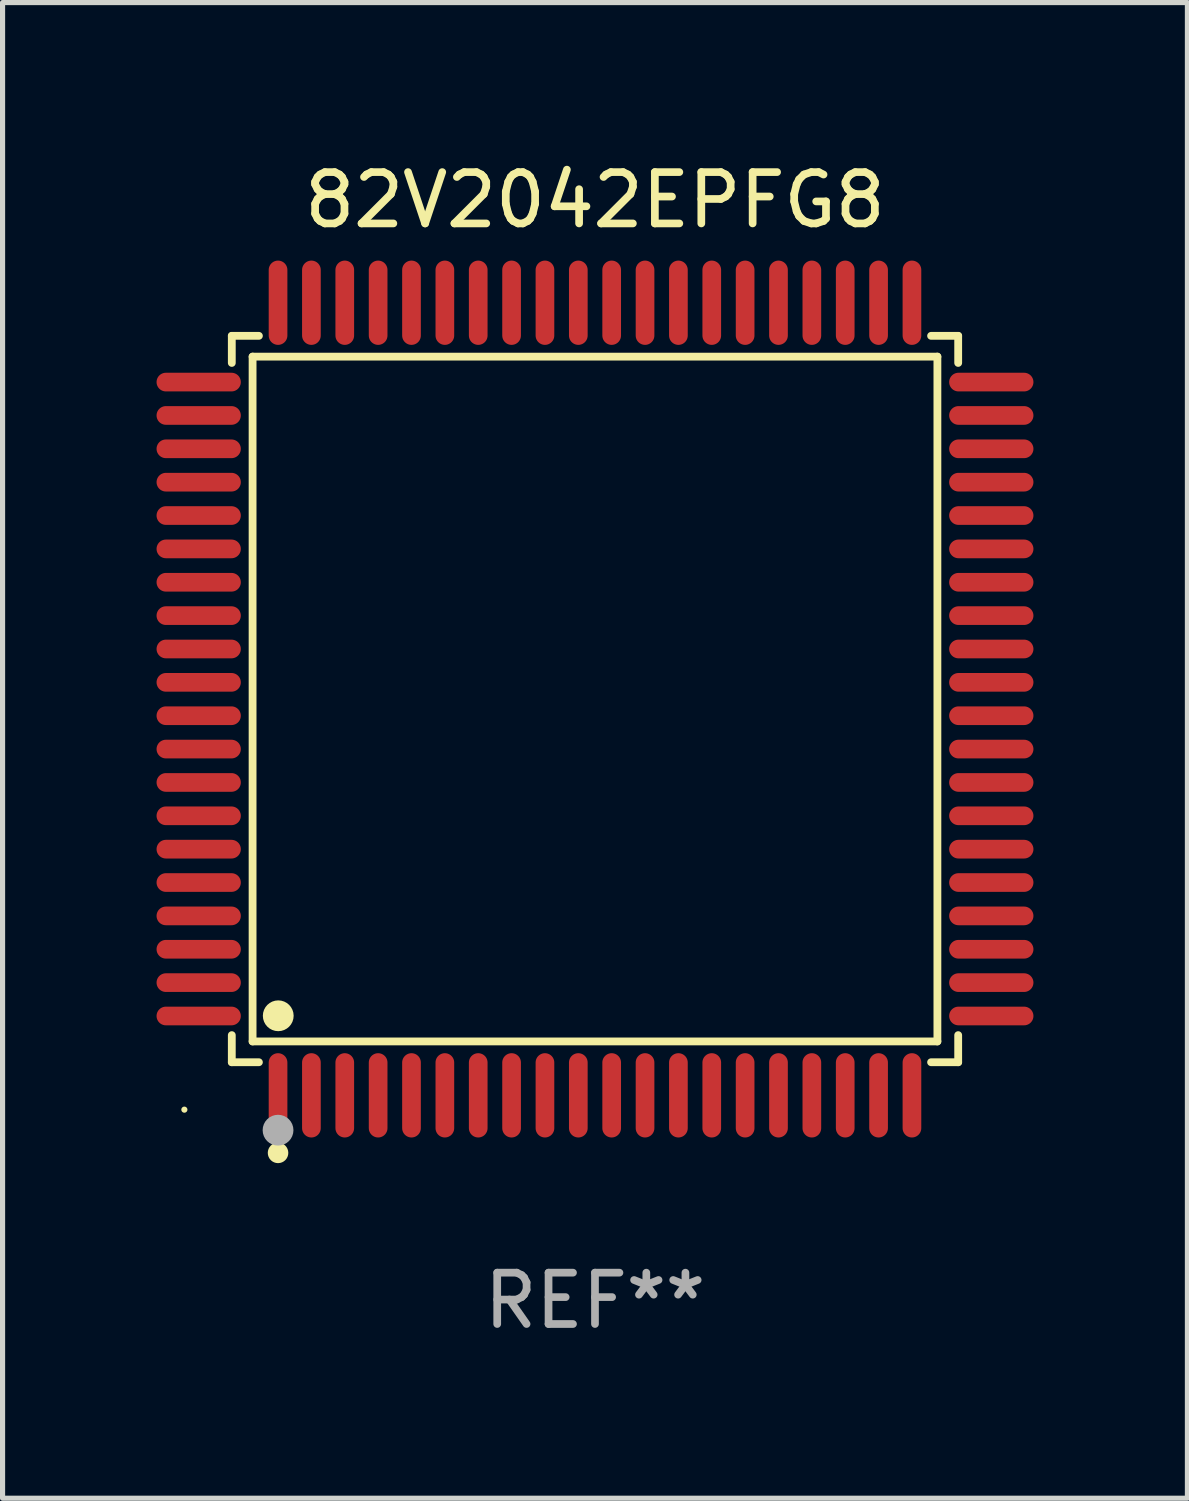
<source format=kicad_pcb>
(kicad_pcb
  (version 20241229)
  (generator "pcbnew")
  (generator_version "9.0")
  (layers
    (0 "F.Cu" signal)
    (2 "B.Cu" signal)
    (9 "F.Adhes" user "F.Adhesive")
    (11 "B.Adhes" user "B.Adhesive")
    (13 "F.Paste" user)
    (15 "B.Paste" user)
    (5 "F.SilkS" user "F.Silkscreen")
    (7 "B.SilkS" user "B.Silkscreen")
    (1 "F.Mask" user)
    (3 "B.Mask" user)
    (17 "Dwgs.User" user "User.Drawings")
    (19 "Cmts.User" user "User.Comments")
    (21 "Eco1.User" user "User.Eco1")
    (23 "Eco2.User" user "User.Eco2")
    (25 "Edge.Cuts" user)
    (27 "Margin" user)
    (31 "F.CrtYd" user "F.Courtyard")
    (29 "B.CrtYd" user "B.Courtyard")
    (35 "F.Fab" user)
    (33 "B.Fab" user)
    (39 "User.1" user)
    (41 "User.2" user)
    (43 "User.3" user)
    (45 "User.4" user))
  (footprint "82V2042EPFG8"
    (layer "F.Cu")
    (at 8.542 10.569)
    (property "Reference" "82V2042EPFG8" (at 0 -9.721 0) (layer "F.SilkS") (effects (font (size 1 1) (thickness 0.15))))
    (attr through_hole)
    (fp_line (start -7.076 -7.076) (end -6.548 -7.076) (stroke (width 0.152) (type solid)) (layer "F.SilkS"))
    (fp_line (start -7.076 -6.548) (end -7.076 -7.076) (stroke (width 0.152) (type solid)) (layer "F.SilkS"))
    (fp_line (start -7.076 6.548) (end -7.076 7.076) (stroke (width 0.152) (type solid)) (layer "F.SilkS"))
    (fp_line (start -7.076 7.076) (end -6.548 7.076) (stroke (width 0.152) (type solid)) (layer "F.SilkS"))
    (fp_line (start -6.671 -6.671) (end 6.671 -6.671) (stroke (width 0.152) (type solid)) (layer "F.SilkS"))
    (fp_line (start -6.671 6.671) (end -6.671 -6.671) (stroke (width 0.152) (type solid)) (layer "F.SilkS"))
    (fp_line (start 6.671 -6.671) (end 6.671 6.671) (stroke (width 0.152) (type solid)) (layer "F.SilkS"))
    (fp_line (start 6.671 6.671) (end -6.671 6.671) (stroke (width 0.152) (type solid)) (layer "F.SilkS"))
    (fp_line (start 7.076 -7.076) (end 6.548 -7.076) (stroke (width 0.152) (type solid)) (layer "F.SilkS"))
    (fp_line (start 7.076 -6.548) (end 7.076 -7.076) (stroke (width 0.152) (type solid)) (layer "F.SilkS"))
    (fp_line (start 7.076 6.548) (end 7.076 7.076) (stroke (width 0.152) (type solid)) (layer "F.SilkS"))
    (fp_line (start 7.076 7.076) (end 6.548 7.076) (stroke (width 0.152) (type solid)) (layer "F.SilkS"))
    (fp_circle (center -8 8) (end -7.97 8) (stroke (width 0.06) (type solid)) (fill no) (layer "F.SilkS"))
    (fp_circle (center -6.175 8.842) (end -6.075 8.842) (stroke (width 0.2) (type solid)) (fill no) (layer "F.SilkS"))
    (fp_circle (center -6.171 6.171) (end -6.021 6.171) (stroke (width 0.3) (type solid)) (fill no) (layer "F.SilkS"))
    (fp_circle (center -6.175 8.4) (end -6.025 8.4) (stroke (width 0.3) (type solid)) (fill no) (layer "F.Fab"))
    (fp_text user "REF**" (at 0 11.721 0) (layer "F.Fab") (effects (font (size 1 1) (thickness 0.15))))
    (pad "1" smd oval (at -6.175 7.721) (size 0.364 1.642) (layers "F.Cu" "F.Mask" "F.Paste"))
    (pad "2" smd oval (at -5.525 7.721) (size 0.364 1.642) (layers "F.Cu" "F.Mask" "F.Paste"))
    (pad "3" smd oval (at -4.875 7.721) (size 0.364 1.642) (layers "F.Cu" "F.Mask" "F.Paste"))
    (pad "4" smd oval (at -4.225 7.721) (size 0.364 1.642) (layers "F.Cu" "F.Mask" "F.Paste"))
    (pad "5" smd oval (at -3.575 7.721) (size 0.364 1.642) (layers "F.Cu" "F.Mask" "F.Paste"))
    (pad "6" smd oval (at -2.925 7.721) (size 0.364 1.642) (layers "F.Cu" "F.Mask" "F.Paste"))
    (pad "7" smd oval (at -2.275 7.721) (size 0.364 1.642) (layers "F.Cu" "F.Mask" "F.Paste"))
    (pad "8" smd oval (at -1.625 7.721) (size 0.364 1.642) (layers "F.Cu" "F.Mask" "F.Paste"))
    (pad "9" smd oval (at -0.975 7.721) (size 0.364 1.642) (layers "F.Cu" "F.Mask" "F.Paste"))
    (pad "10" smd oval (at -0.325 7.721) (size 0.364 1.642) (layers "F.Cu" "F.Mask" "F.Paste"))
    (pad "11" smd oval (at 0.325 7.721) (size 0.364 1.642) (layers "F.Cu" "F.Mask" "F.Paste"))
    (pad "12" smd oval (at 0.975 7.721) (size 0.364 1.642) (layers "F.Cu" "F.Mask" "F.Paste"))
    (pad "13" smd oval (at 1.625 7.721) (size 0.364 1.642) (layers "F.Cu" "F.Mask" "F.Paste"))
    (pad "14" smd oval (at 2.275 7.721) (size 0.364 1.642) (layers "F.Cu" "F.Mask" "F.Paste"))
    (pad "15" smd oval (at 2.925 7.721) (size 0.364 1.642) (layers "F.Cu" "F.Mask" "F.Paste"))
    (pad "16" smd oval (at 3.575 7.721) (size 0.364 1.642) (layers "F.Cu" "F.Mask" "F.Paste"))
    (pad "17" smd oval (at 4.225 7.721) (size 0.364 1.642) (layers "F.Cu" "F.Mask" "F.Paste"))
    (pad "18" smd oval (at 4.875 7.721) (size 0.364 1.642) (layers "F.Cu" "F.Mask" "F.Paste"))
    (pad "19" smd oval (at 5.525 7.721) (size 0.364 1.642) (layers "F.Cu" "F.Mask" "F.Paste"))
    (pad "20" smd oval (at 6.175 7.721) (size 0.364 1.642) (layers "F.Cu" "F.Mask" "F.Paste"))
    (pad "21" smd oval (at 7.721 6.175) (size 1.642 0.364) (layers "F.Cu" "F.Mask" "F.Paste"))
    (pad "22" smd oval (at 7.721 5.525) (size 1.642 0.364) (layers "F.Cu" "F.Mask" "F.Paste"))
    (pad "23" smd oval (at 7.721 4.875) (size 1.642 0.364) (layers "F.Cu" "F.Mask" "F.Paste"))
    (pad "24" smd oval (at 7.721 4.225) (size 1.642 0.364) (layers "F.Cu" "F.Mask" "F.Paste"))
    (pad "25" smd oval (at 7.721 3.575) (size 1.642 0.364) (layers "F.Cu" "F.Mask" "F.Paste"))
    (pad "26" smd oval (at 7.721 2.925) (size 1.642 0.364) (layers "F.Cu" "F.Mask" "F.Paste"))
    (pad "27" smd oval (at 7.721 2.275) (size 1.642 0.364) (layers "F.Cu" "F.Mask" "F.Paste"))
    (pad "28" smd oval (at 7.721 1.625) (size 1.642 0.364) (layers "F.Cu" "F.Mask" "F.Paste"))
    (pad "29" smd oval (at 7.721 0.975) (size 1.642 0.364) (layers "F.Cu" "F.Mask" "F.Paste"))
    (pad "30" smd oval (at 7.721 0.325) (size 1.642 0.364) (layers "F.Cu" "F.Mask" "F.Paste"))
    (pad "31" smd oval (at 7.721 -0.325) (size 1.642 0.364) (layers "F.Cu" "F.Mask" "F.Paste"))
    (pad "32" smd oval (at 7.721 -0.975) (size 1.642 0.364) (layers "F.Cu" "F.Mask" "F.Paste"))
    (pad "33" smd oval (at 7.721 -1.625) (size 1.642 0.364) (layers "F.Cu" "F.Mask" "F.Paste"))
    (pad "34" smd oval (at 7.721 -2.275) (size 1.642 0.364) (layers "F.Cu" "F.Mask" "F.Paste"))
    (pad "35" smd oval (at 7.721 -2.925) (size 1.642 0.364) (layers "F.Cu" "F.Mask" "F.Paste"))
    (pad "36" smd oval (at 7.721 -3.575) (size 1.642 0.364) (layers "F.Cu" "F.Mask" "F.Paste"))
    (pad "37" smd oval (at 7.721 -4.225) (size 1.642 0.364) (layers "F.Cu" "F.Mask" "F.Paste"))
    (pad "38" smd oval (at 7.721 -4.875) (size 1.642 0.364) (layers "F.Cu" "F.Mask" "F.Paste"))
    (pad "39" smd oval (at 7.721 -5.525) (size 1.642 0.364) (layers "F.Cu" "F.Mask" "F.Paste"))
    (pad "40" smd oval (at 7.721 -6.175) (size 1.642 0.364) (layers "F.Cu" "F.Mask" "F.Paste"))
    (pad "41" smd oval (at 6.175 -7.721) (size 0.364 1.642) (layers "F.Cu" "F.Mask" "F.Paste"))
    (pad "42" smd oval (at 5.525 -7.721) (size 0.364 1.642) (layers "F.Cu" "F.Mask" "F.Paste"))
    (pad "43" smd oval (at 4.875 -7.721) (size 0.364 1.642) (layers "F.Cu" "F.Mask" "F.Paste"))
    (pad "44" smd oval (at 4.225 -7.721) (size 0.364 1.642) (layers "F.Cu" "F.Mask" "F.Paste"))
    (pad "45" smd oval (at 3.575 -7.721) (size 0.364 1.642) (layers "F.Cu" "F.Mask" "F.Paste"))
    (pad "46" smd oval (at 2.925 -7.721) (size 0.364 1.642) (layers "F.Cu" "F.Mask" "F.Paste"))
    (pad "47" smd oval (at 2.275 -7.721) (size 0.364 1.642) (layers "F.Cu" "F.Mask" "F.Paste"))
    (pad "48" smd oval (at 1.625 -7.721) (size 0.364 1.642) (layers "F.Cu" "F.Mask" "F.Paste"))
    (pad "49" smd oval (at 0.975 -7.721) (size 0.364 1.642) (layers "F.Cu" "F.Mask" "F.Paste"))
    (pad "50" smd oval (at 0.325 -7.721) (size 0.364 1.642) (layers "F.Cu" "F.Mask" "F.Paste"))
    (pad "51" smd oval (at -0.325 -7.721) (size 0.364 1.642) (layers "F.Cu" "F.Mask" "F.Paste"))
    (pad "52" smd oval (at -0.975 -7.721) (size 0.364 1.642) (layers "F.Cu" "F.Mask" "F.Paste"))
    (pad "53" smd oval (at -1.625 -7.721) (size 0.364 1.642) (layers "F.Cu" "F.Mask" "F.Paste"))
    (pad "54" smd oval (at -2.275 -7.721) (size 0.364 1.642) (layers "F.Cu" "F.Mask" "F.Paste"))
    (pad "55" smd oval (at -2.925 -7.721) (size 0.364 1.642) (layers "F.Cu" "F.Mask" "F.Paste"))
    (pad "56" smd oval (at -3.575 -7.721) (size 0.364 1.642) (layers "F.Cu" "F.Mask" "F.Paste"))
    (pad "57" smd oval (at -4.225 -7.721) (size 0.364 1.642) (layers "F.Cu" "F.Mask" "F.Paste"))
    (pad "58" smd oval (at -4.875 -7.721) (size 0.364 1.642) (layers "F.Cu" "F.Mask" "F.Paste"))
    (pad "59" smd oval (at -5.525 -7.721) (size 0.364 1.642) (layers "F.Cu" "F.Mask" "F.Paste"))
    (pad "60" smd oval (at -6.175 -7.721) (size 0.364 1.642) (layers "F.Cu" "F.Mask" "F.Paste"))
    (pad "61" smd oval (at -7.721 -6.175) (size 1.642 0.364) (layers "F.Cu" "F.Mask" "F.Paste"))
    (pad "62" smd oval (at -7.721 -5.525) (size 1.642 0.364) (layers "F.Cu" "F.Mask" "F.Paste"))
    (pad "63" smd oval (at -7.721 -4.875) (size 1.642 0.364) (layers "F.Cu" "F.Mask" "F.Paste"))
    (pad "64" smd oval (at -7.721 -4.225) (size 1.642 0.364) (layers "F.Cu" "F.Mask" "F.Paste"))
    (pad "65" smd oval (at -7.721 -3.575) (size 1.642 0.364) (layers "F.Cu" "F.Mask" "F.Paste"))
    (pad "66" smd oval (at -7.721 -2.925) (size 1.642 0.364) (layers "F.Cu" "F.Mask" "F.Paste"))
    (pad "67" smd oval (at -7.721 -2.275) (size 1.642 0.364) (layers "F.Cu" "F.Mask" "F.Paste"))
    (pad "68" smd oval (at -7.721 -1.625) (size 1.642 0.364) (layers "F.Cu" "F.Mask" "F.Paste"))
    (pad "69" smd oval (at -7.721 -0.975) (size 1.642 0.364) (layers "F.Cu" "F.Mask" "F.Paste"))
    (pad "70" smd oval (at -7.721 -0.325) (size 1.642 0.364) (layers "F.Cu" "F.Mask" "F.Paste"))
    (pad "71" smd oval (at -7.721 0.325) (size 1.642 0.364) (layers "F.Cu" "F.Mask" "F.Paste"))
    (pad "72" smd oval (at -7.721 0.975) (size 1.642 0.364) (layers "F.Cu" "F.Mask" "F.Paste"))
    (pad "73" smd oval (at -7.721 1.625) (size 1.642 0.364) (layers "F.Cu" "F.Mask" "F.Paste"))
    (pad "74" smd oval (at -7.721 2.275) (size 1.642 0.364) (layers "F.Cu" "F.Mask" "F.Paste"))
    (pad "75" smd oval (at -7.721 2.925) (size 1.642 0.364) (layers "F.Cu" "F.Mask" "F.Paste"))
    (pad "76" smd oval (at -7.721 3.575) (size 1.642 0.364) (layers "F.Cu" "F.Mask" "F.Paste"))
    (pad "77" smd oval (at -7.721 4.225) (size 1.642 0.364) (layers "F.Cu" "F.Mask" "F.Paste"))
    (pad "78" smd oval (at -7.721 4.875) (size 1.642 0.364) (layers "F.Cu" "F.Mask" "F.Paste"))
    (pad "79" smd oval (at -7.721 5.525) (size 1.642 0.364) (layers "F.Cu" "F.Mask" "F.Paste"))
    (pad "80" smd oval (at -7.721 6.175) (size 1.642 0.364) (layers "F.Cu" "F.Mask" "F.Paste")))
  (gr_rect
    (start -3 -3)
    (end 20.084 26.139)
    (stroke (width 0.1) (type default))
    (fill no)
    (layer "Edge.Cuts")))
</source>
